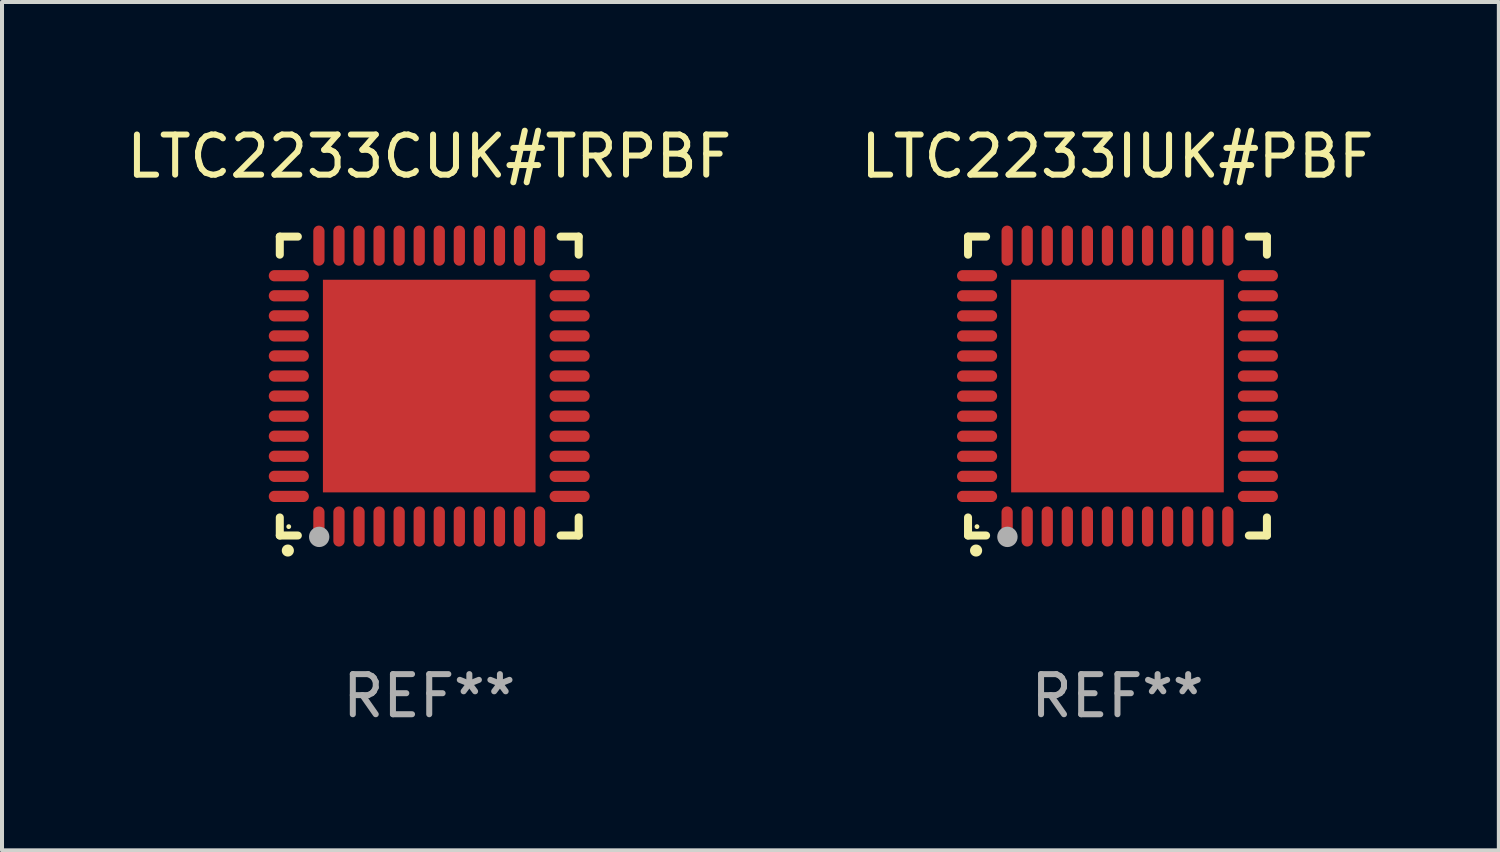
<source format=kicad_pcb>
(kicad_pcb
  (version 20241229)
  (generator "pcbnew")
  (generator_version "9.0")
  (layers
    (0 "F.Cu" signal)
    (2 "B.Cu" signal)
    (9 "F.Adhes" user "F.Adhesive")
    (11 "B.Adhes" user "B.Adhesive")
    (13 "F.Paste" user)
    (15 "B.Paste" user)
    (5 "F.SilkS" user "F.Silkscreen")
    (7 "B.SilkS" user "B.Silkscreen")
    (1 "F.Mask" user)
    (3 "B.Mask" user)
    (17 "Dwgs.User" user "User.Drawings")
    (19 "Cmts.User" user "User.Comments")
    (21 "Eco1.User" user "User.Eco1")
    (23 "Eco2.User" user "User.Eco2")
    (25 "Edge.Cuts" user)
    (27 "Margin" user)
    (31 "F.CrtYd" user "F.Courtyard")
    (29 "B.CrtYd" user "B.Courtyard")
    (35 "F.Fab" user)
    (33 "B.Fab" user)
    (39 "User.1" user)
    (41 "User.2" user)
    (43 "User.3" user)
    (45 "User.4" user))
  (footprint "LTC2233CUK#TRPBF"
    (layer "F.Cu")
    (at 7.649 6.573)
    (property "Reference" "LTC2233CUK#TRPBF" (at 0 -5.725 0) (layer "F.SilkS") (effects (font (size 1 1) (thickness 0.15))))
    (attr through_hole)
    (fp_line (start -3.725 -3.725) (end -3.275 -3.725) (stroke (width 0.2) (type solid)) (layer "F.SilkS"))
    (fp_line (start -3.725 -3.275) (end -3.725 -3.725) (stroke (width 0.2) (type solid)) (layer "F.SilkS"))
    (fp_line (start -3.725 3.725) (end -3.725 3.275) (stroke (width 0.2) (type solid)) (layer "F.SilkS"))
    (fp_line (start -3.275 3.725) (end -3.725 3.725) (stroke (width 0.2) (type solid)) (layer "F.SilkS"))
    (fp_line (start 3.275 3.725) (end 3.725 3.725) (stroke (width 0.2) (type solid)) (layer "F.SilkS"))
    (fp_line (start 3.725 -3.725) (end 3.275 -3.725) (stroke (width 0.2) (type solid)) (layer "F.SilkS"))
    (fp_line (start 3.725 -3.275) (end 3.725 -3.725) (stroke (width 0.2) (type solid)) (layer "F.SilkS"))
    (fp_line (start 3.725 3.725) (end 3.725 3.275) (stroke (width 0.2) (type solid)) (layer "F.SilkS"))
    (fp_arc (start -3.525527 4.099568) (mid -3.524257 4.099563) (end -3.522987 4.099568) (stroke (width 0.3) (type solid)) (layer "F.SilkS"))
    (fp_circle (center -3.502 3.504) (end -3.472 3.504) (stroke (width 0.06) (type solid)) (fill no) (layer "F.SilkS"))
    (fp_circle (center -2.743 3.759) (end -2.616 3.759) (stroke (width 0.254) (type solid)) (fill no) (layer "F.Fab"))
    (fp_text user "REF**" (at 0 7.725 0) (layer "F.Fab") (effects (font (size 1 1) (thickness 0.15))))
    (pad "1" smd oval (at -2.75 3.5) (size 0.28 1) (layers "F.Cu" "F.Mask" "F.Paste"))
    (pad "2" smd oval (at -2.25 3.5) (size 0.28 1) (layers "F.Cu" "F.Mask" "F.Paste"))
    (pad "3" smd oval (at -1.75 3.5) (size 0.28 1) (layers "F.Cu" "F.Mask" "F.Paste"))
    (pad "4" smd oval (at -1.25 3.5) (size 0.28 1) (layers "F.Cu" "F.Mask" "F.Paste"))
    (pad "5" smd oval (at -0.75 3.5) (size 0.28 1) (layers "F.Cu" "F.Mask" "F.Paste"))
    (pad "6" smd oval (at -0.25 3.5) (size 0.28 1) (layers "F.Cu" "F.Mask" "F.Paste"))
    (pad "7" smd oval (at 0.25 3.5) (size 0.28 1) (layers "F.Cu" "F.Mask" "F.Paste"))
    (pad "8" smd oval (at 0.75 3.5) (size 0.28 1) (layers "F.Cu" "F.Mask" "F.Paste"))
    (pad "9" smd oval (at 1.25 3.5) (size 0.28 1) (layers "F.Cu" "F.Mask" "F.Paste"))
    (pad "10" smd oval (at 1.75 3.5) (size 0.28 1) (layers "F.Cu" "F.Mask" "F.Paste"))
    (pad "11" smd oval (at 2.25 3.5) (size 0.28 1) (layers "F.Cu" "F.Mask" "F.Paste"))
    (pad "12" smd oval (at 2.75 3.5) (size 0.28 1) (layers "F.Cu" "F.Mask" "F.Paste"))
    (pad "13" smd oval (at 3.5 2.75) (size 1 0.28) (layers "F.Cu" "F.Mask" "F.Paste"))
    (pad "14" smd oval (at 3.5 2.25) (size 1 0.28) (layers "F.Cu" "F.Mask" "F.Paste"))
    (pad "15" smd oval (at 3.5 1.75) (size 1 0.28) (layers "F.Cu" "F.Mask" "F.Paste"))
    (pad "16" smd oval (at 3.5 1.25) (size 1 0.28) (layers "F.Cu" "F.Mask" "F.Paste"))
    (pad "17" smd oval (at 3.5 0.75) (size 1 0.28) (layers "F.Cu" "F.Mask" "F.Paste"))
    (pad "18" smd oval (at 3.5 0.25) (size 1 0.28) (layers "F.Cu" "F.Mask" "F.Paste"))
    (pad "19" smd oval (at 3.5 -0.25) (size 1 0.28) (layers "F.Cu" "F.Mask" "F.Paste"))
    (pad "20" smd oval (at 3.5 -0.75) (size 1 0.28) (layers "F.Cu" "F.Mask" "F.Paste"))
    (pad "21" smd oval (at 3.5 -1.25) (size 1 0.28) (layers "F.Cu" "F.Mask" "F.Paste"))
    (pad "22" smd oval (at 3.5 -1.75) (size 1 0.28) (layers "F.Cu" "F.Mask" "F.Paste"))
    (pad "23" smd oval (at 3.5 -2.25) (size 1 0.28) (layers "F.Cu" "F.Mask" "F.Paste"))
    (pad "24" smd oval (at 3.5 -2.75) (size 1 0.28) (layers "F.Cu" "F.Mask" "F.Paste"))
    (pad "25" smd oval (at 2.75 -3.5) (size 0.28 1) (layers "F.Cu" "F.Mask" "F.Paste"))
    (pad "26" smd oval (at 2.25 -3.5) (size 0.28 1) (layers "F.Cu" "F.Mask" "F.Paste"))
    (pad "27" smd oval (at 1.75 -3.5) (size 0.28 1) (layers "F.Cu" "F.Mask" "F.Paste"))
    (pad "28" smd oval (at 1.25 -3.5) (size 0.28 1) (layers "F.Cu" "F.Mask" "F.Paste"))
    (pad "29" smd oval (at 0.75 -3.5) (size 0.28 1) (layers "F.Cu" "F.Mask" "F.Paste"))
    (pad "30" smd oval (at 0.25 -3.5) (size 0.28 1) (layers "F.Cu" "F.Mask" "F.Paste"))
    (pad "31" smd oval (at -0.25 -3.5) (size 0.28 1) (layers "F.Cu" "F.Mask" "F.Paste"))
    (pad "32" smd oval (at -0.75 -3.5) (size 0.28 1) (layers "F.Cu" "F.Mask" "F.Paste"))
    (pad "33" smd oval (at -1.25 -3.5) (size 0.28 1) (layers "F.Cu" "F.Mask" "F.Paste"))
    (pad "34" smd oval (at -1.75 -3.5) (size 0.28 1) (layers "F.Cu" "F.Mask" "F.Paste"))
    (pad "35" smd oval (at -2.25 -3.5) (size 0.28 1) (layers "F.Cu" "F.Mask" "F.Paste"))
    (pad "36" smd oval (at -2.75 -3.5) (size 0.28 1) (layers "F.Cu" "F.Mask" "F.Paste"))
    (pad "37" smd oval (at -3.5 -2.75) (size 1 0.28) (layers "F.Cu" "F.Mask" "F.Paste"))
    (pad "38" smd oval (at -3.5 -2.25) (size 1 0.28) (layers "F.Cu" "F.Mask" "F.Paste"))
    (pad "39" smd oval (at -3.5 -1.75) (size 1 0.28) (layers "F.Cu" "F.Mask" "F.Paste"))
    (pad "40" smd oval (at -3.5 -1.25) (size 1 0.28) (layers "F.Cu" "F.Mask" "F.Paste"))
    (pad "41" smd oval (at -3.5 -0.75) (size 1 0.28) (layers "F.Cu" "F.Mask" "F.Paste"))
    (pad "42" smd oval (at -3.5 -0.25) (size 1 0.28) (layers "F.Cu" "F.Mask" "F.Paste"))
    (pad "43" smd oval (at -3.5 0.25) (size 1 0.28) (layers "F.Cu" "F.Mask" "F.Paste"))
    (pad "44" smd oval (at -3.5 0.75) (size 1 0.28) (layers "F.Cu" "F.Mask" "F.Paste"))
    (pad "45" smd oval (at -3.5 1.25) (size 1 0.28) (layers "F.Cu" "F.Mask" "F.Paste"))
    (pad "46" smd oval (at -3.5 1.75) (size 1 0.28) (layers "F.Cu" "F.Mask" "F.Paste"))
    (pad "47" smd oval (at -3.5 2.25) (size 1 0.28) (layers "F.Cu" "F.Mask" "F.Paste"))
    (pad "48" smd oval (at -3.5 2.75) (size 1 0.28) (layers "F.Cu" "F.Mask" "F.Paste"))
    (pad "49" smd rect (at 0 0) (size 5.3 5.3) (layers "F.Cu" "F.Mask" "F.Paste")))
  (footprint "LTC2233IUK#PBF"
    (layer "F.Cu")
    (at 24.804 6.573)
    (property "Reference" "LTC2233IUK#PBF" (at 0 -5.725 0) (layer "F.SilkS") (effects (font (size 1 1) (thickness 0.15))))
    (attr through_hole)
    (fp_line (start -3.725 -3.725) (end -3.275 -3.725) (stroke (width 0.2) (type solid)) (layer "F.SilkS"))
    (fp_line (start -3.725 -3.275) (end -3.725 -3.725) (stroke (width 0.2) (type solid)) (layer "F.SilkS"))
    (fp_line (start -3.725 3.725) (end -3.725 3.275) (stroke (width 0.2) (type solid)) (layer "F.SilkS"))
    (fp_line (start -3.275 3.725) (end -3.725 3.725) (stroke (width 0.2) (type solid)) (layer "F.SilkS"))
    (fp_line (start 3.275 3.725) (end 3.725 3.725) (stroke (width 0.2) (type solid)) (layer "F.SilkS"))
    (fp_line (start 3.725 -3.725) (end 3.275 -3.725) (stroke (width 0.2) (type solid)) (layer "F.SilkS"))
    (fp_line (start 3.725 -3.275) (end 3.725 -3.725) (stroke (width 0.2) (type solid)) (layer "F.SilkS"))
    (fp_line (start 3.725 3.725) (end 3.725 3.275) (stroke (width 0.2) (type solid)) (layer "F.SilkS"))
    (fp_arc (start -3.525527 4.099568) (mid -3.524257 4.099563) (end -3.522987 4.099568) (stroke (width 0.3) (type solid)) (layer "F.SilkS"))
    (fp_circle (center -3.502 3.504) (end -3.472 3.504) (stroke (width 0.06) (type solid)) (fill no) (layer "F.SilkS"))
    (fp_circle (center -2.743 3.759) (end -2.616 3.759) (stroke (width 0.254) (type solid)) (fill no) (layer "F.Fab"))
    (fp_text user "REF**" (at 0 7.725 0) (layer "F.Fab") (effects (font (size 1 1) (thickness 0.15))))
    (pad "1" smd oval (at -2.75 3.5) (size 0.28 1) (layers "F.Cu" "F.Mask" "F.Paste"))
    (pad "2" smd oval (at -2.25 3.5) (size 0.28 1) (layers "F.Cu" "F.Mask" "F.Paste"))
    (pad "3" smd oval (at -1.75 3.5) (size 0.28 1) (layers "F.Cu" "F.Mask" "F.Paste"))
    (pad "4" smd oval (at -1.25 3.5) (size 0.28 1) (layers "F.Cu" "F.Mask" "F.Paste"))
    (pad "5" smd oval (at -0.75 3.5) (size 0.28 1) (layers "F.Cu" "F.Mask" "F.Paste"))
    (pad "6" smd oval (at -0.25 3.5) (size 0.28 1) (layers "F.Cu" "F.Mask" "F.Paste"))
    (pad "7" smd oval (at 0.25 3.5) (size 0.28 1) (layers "F.Cu" "F.Mask" "F.Paste"))
    (pad "8" smd oval (at 0.75 3.5) (size 0.28 1) (layers "F.Cu" "F.Mask" "F.Paste"))
    (pad "9" smd oval (at 1.25 3.5) (size 0.28 1) (layers "F.Cu" "F.Mask" "F.Paste"))
    (pad "10" smd oval (at 1.75 3.5) (size 0.28 1) (layers "F.Cu" "F.Mask" "F.Paste"))
    (pad "11" smd oval (at 2.25 3.5) (size 0.28 1) (layers "F.Cu" "F.Mask" "F.Paste"))
    (pad "12" smd oval (at 2.75 3.5) (size 0.28 1) (layers "F.Cu" "F.Mask" "F.Paste"))
    (pad "13" smd oval (at 3.5 2.75) (size 1 0.28) (layers "F.Cu" "F.Mask" "F.Paste"))
    (pad "14" smd oval (at 3.5 2.25) (size 1 0.28) (layers "F.Cu" "F.Mask" "F.Paste"))
    (pad "15" smd oval (at 3.5 1.75) (size 1 0.28) (layers "F.Cu" "F.Mask" "F.Paste"))
    (pad "16" smd oval (at 3.5 1.25) (size 1 0.28) (layers "F.Cu" "F.Mask" "F.Paste"))
    (pad "17" smd oval (at 3.5 0.75) (size 1 0.28) (layers "F.Cu" "F.Mask" "F.Paste"))
    (pad "18" smd oval (at 3.5 0.25) (size 1 0.28) (layers "F.Cu" "F.Mask" "F.Paste"))
    (pad "19" smd oval (at 3.5 -0.25) (size 1 0.28) (layers "F.Cu" "F.Mask" "F.Paste"))
    (pad "20" smd oval (at 3.5 -0.75) (size 1 0.28) (layers "F.Cu" "F.Mask" "F.Paste"))
    (pad "21" smd oval (at 3.5 -1.25) (size 1 0.28) (layers "F.Cu" "F.Mask" "F.Paste"))
    (pad "22" smd oval (at 3.5 -1.75) (size 1 0.28) (layers "F.Cu" "F.Mask" "F.Paste"))
    (pad "23" smd oval (at 3.5 -2.25) (size 1 0.28) (layers "F.Cu" "F.Mask" "F.Paste"))
    (pad "24" smd oval (at 3.5 -2.75) (size 1 0.28) (layers "F.Cu" "F.Mask" "F.Paste"))
    (pad "25" smd oval (at 2.75 -3.5) (size 0.28 1) (layers "F.Cu" "F.Mask" "F.Paste"))
    (pad "26" smd oval (at 2.25 -3.5) (size 0.28 1) (layers "F.Cu" "F.Mask" "F.Paste"))
    (pad "27" smd oval (at 1.75 -3.5) (size 0.28 1) (layers "F.Cu" "F.Mask" "F.Paste"))
    (pad "28" smd oval (at 1.25 -3.5) (size 0.28 1) (layers "F.Cu" "F.Mask" "F.Paste"))
    (pad "29" smd oval (at 0.75 -3.5) (size 0.28 1) (layers "F.Cu" "F.Mask" "F.Paste"))
    (pad "30" smd oval (at 0.25 -3.5) (size 0.28 1) (layers "F.Cu" "F.Mask" "F.Paste"))
    (pad "31" smd oval (at -0.25 -3.5) (size 0.28 1) (layers "F.Cu" "F.Mask" "F.Paste"))
    (pad "32" smd oval (at -0.75 -3.5) (size 0.28 1) (layers "F.Cu" "F.Mask" "F.Paste"))
    (pad "33" smd oval (at -1.25 -3.5) (size 0.28 1) (layers "F.Cu" "F.Mask" "F.Paste"))
    (pad "34" smd oval (at -1.75 -3.5) (size 0.28 1) (layers "F.Cu" "F.Mask" "F.Paste"))
    (pad "35" smd oval (at -2.25 -3.5) (size 0.28 1) (layers "F.Cu" "F.Mask" "F.Paste"))
    (pad "36" smd oval (at -2.75 -3.5) (size 0.28 1) (layers "F.Cu" "F.Mask" "F.Paste"))
    (pad "37" smd oval (at -3.5 -2.75) (size 1 0.28) (layers "F.Cu" "F.Mask" "F.Paste"))
    (pad "38" smd oval (at -3.5 -2.25) (size 1 0.28) (layers "F.Cu" "F.Mask" "F.Paste"))
    (pad "39" smd oval (at -3.5 -1.75) (size 1 0.28) (layers "F.Cu" "F.Mask" "F.Paste"))
    (pad "40" smd oval (at -3.5 -1.25) (size 1 0.28) (layers "F.Cu" "F.Mask" "F.Paste"))
    (pad "41" smd oval (at -3.5 -0.75) (size 1 0.28) (layers "F.Cu" "F.Mask" "F.Paste"))
    (pad "42" smd oval (at -3.5 -0.25) (size 1 0.28) (layers "F.Cu" "F.Mask" "F.Paste"))
    (pad "43" smd oval (at -3.5 0.25) (size 1 0.28) (layers "F.Cu" "F.Mask" "F.Paste"))
    (pad "44" smd oval (at -3.5 0.75) (size 1 0.28) (layers "F.Cu" "F.Mask" "F.Paste"))
    (pad "45" smd oval (at -3.5 1.25) (size 1 0.28) (layers "F.Cu" "F.Mask" "F.Paste"))
    (pad "46" smd oval (at -3.5 1.75) (size 1 0.28) (layers "F.Cu" "F.Mask" "F.Paste"))
    (pad "47" smd oval (at -3.5 2.25) (size 1 0.28) (layers "F.Cu" "F.Mask" "F.Paste"))
    (pad "48" smd oval (at -3.5 2.75) (size 1 0.28) (layers "F.Cu" "F.Mask" "F.Paste"))
    (pad "49" smd rect (at 0 0) (size 5.3 5.3) (layers "F.Cu" "F.Mask" "F.Paste")))
  (gr_rect
    (start -3 -3)
    (end 34.31 18.146)
    (stroke (width 0.1) (type default))
    (fill no)
    (layer "Edge.Cuts")))
</source>
